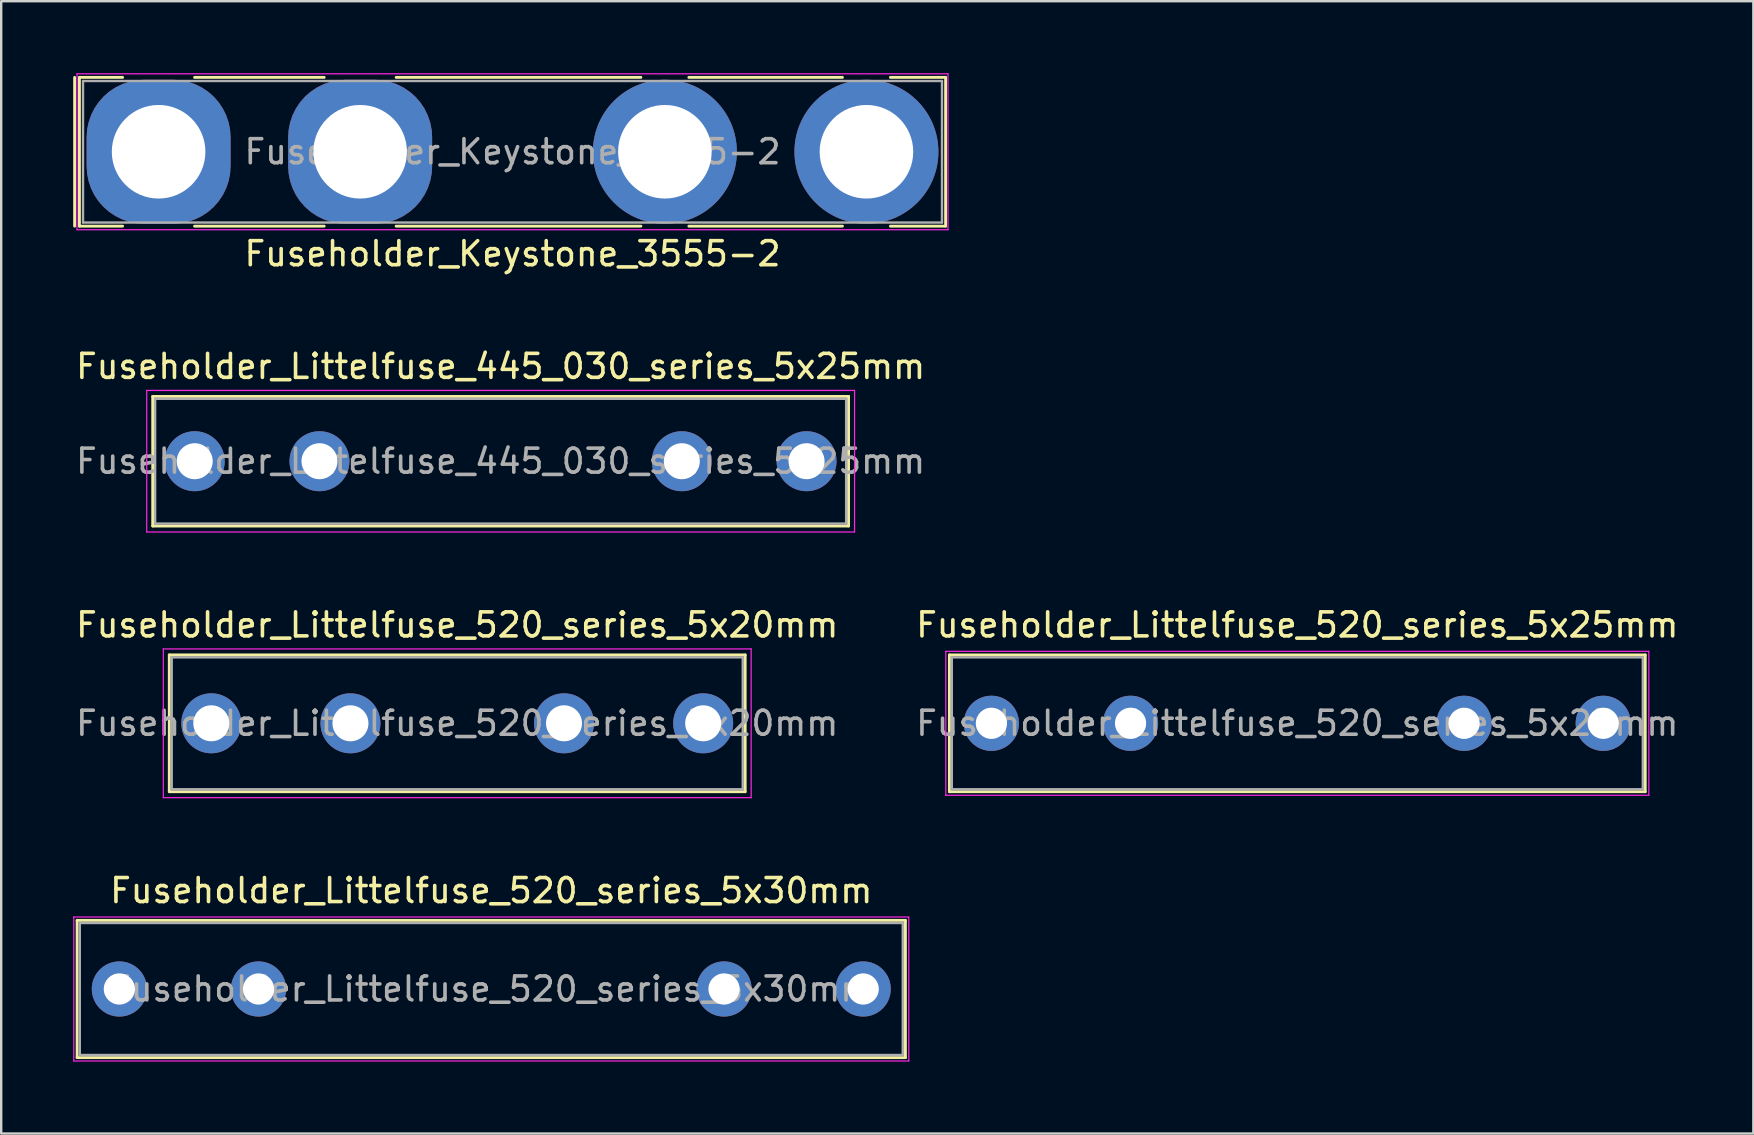
<source format=kicad_pcb>
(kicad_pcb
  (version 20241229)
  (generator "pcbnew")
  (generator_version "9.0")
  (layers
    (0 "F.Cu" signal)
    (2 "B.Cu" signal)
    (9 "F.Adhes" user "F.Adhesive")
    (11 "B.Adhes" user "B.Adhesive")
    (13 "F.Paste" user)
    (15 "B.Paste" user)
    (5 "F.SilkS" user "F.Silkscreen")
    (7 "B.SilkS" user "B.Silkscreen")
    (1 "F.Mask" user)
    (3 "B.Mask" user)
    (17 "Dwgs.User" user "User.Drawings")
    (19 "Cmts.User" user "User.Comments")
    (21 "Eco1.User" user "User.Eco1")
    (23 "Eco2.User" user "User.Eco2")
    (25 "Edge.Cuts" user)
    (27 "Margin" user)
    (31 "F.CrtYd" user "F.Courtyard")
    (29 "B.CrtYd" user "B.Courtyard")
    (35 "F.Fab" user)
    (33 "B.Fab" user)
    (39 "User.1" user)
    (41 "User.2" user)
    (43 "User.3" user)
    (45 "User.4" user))
  (footprint "Fuseholder_Littelfuse_520_series_5x30mm"
    (layer "F.Cu")
    (at 1.925 38.168)
    (property "Reference" "Fuseholder_Littelfuse_520_series_5x30mm" (at 15.5 -4.1 0) (unlocked yes) (layer "F.SilkS") (effects (font (size 1 1) (thickness 0.15))))
    (attr through_hole)
    (fp_line (start -1.76 -2.86) (end 32.76 -2.86) (stroke (width 0.12) (type solid)) (layer "F.SilkS"))
    (fp_line (start -1.76 2.86) (end -1.76 -2.86) (stroke (width 0.12) (type solid)) (layer "F.SilkS"))
    (fp_line (start 32.76 -2.86) (end 32.76 2.86) (stroke (width 0.12) (type solid)) (layer "F.SilkS"))
    (fp_line (start 32.76 2.86) (end -1.76 2.86) (stroke (width 0.12) (type solid)) (layer "F.SilkS"))
    (fp_line (start -1.9 -3) (end 32.9 -3) (stroke (width 0.05) (type solid)) (layer "F.CrtYd"))
    (fp_line (start -1.9 3) (end -1.9 -3) (stroke (width 0.05) (type solid)) (layer "F.CrtYd"))
    (fp_line (start 32.9 -3) (end 32.9 3) (stroke (width 0.05) (type solid)) (layer "F.CrtYd"))
    (fp_line (start 32.9 3) (end -1.9 3) (stroke (width 0.05) (type solid)) (layer "F.CrtYd"))
    (fp_line (start -1.65 -2.75) (end 32.65 -2.75) (stroke (width 0.1) (type solid)) (layer "F.Fab"))
    (fp_line (start -1.65 2.75) (end -1.65 -2.75) (stroke (width 0.1) (type solid)) (layer "F.Fab"))
    (fp_line (start 32.65 -2.75) (end 32.65 2.75) (stroke (width 0.1) (type solid)) (layer "F.Fab"))
    (fp_line (start 32.65 2.75) (end -1.65 2.75) (stroke (width 0.1) (type solid)) (layer "F.Fab"))
    (fp_text user "${REFERENCE}" (at 15.5 0 0) (unlocked yes) (layer "F.Fab") (effects (font (size 1 1) (thickness 0.15))))
    (pad "1" thru_hole circle (at 0 0) (size 2.3 2.3) (drill 1.3) (layers "*.Cu" "*.Mask"))
    (pad "1" thru_hole circle (at 5.8 0) (size 2.3 2.3) (drill 1.3) (layers "*.Cu" "*.Mask"))
    (pad "2" thru_hole circle (at 25.2 0) (size 2.3 2.3) (drill 1.3) (layers "*.Cu" "*.Mask"))
    (pad "2" thru_hole circle (at 31 0) (size 2.3 2.3) (drill 1.3) (layers "*.Cu" "*.Mask")))
  (footprint "Fuseholder_Littelfuse_520_series_5x20mm"
    (layer "F.Cu")
    (at 16.006 27.095)
    (property "Reference" "Fuseholder_Littelfuse_520_series_5x20mm" (at 0 -4.1 0) (unlocked yes) (layer "F.SilkS") (effects (font (size 1 1) (thickness 0.15))))
    (fp_line (start -12 -2.85) (end 12 -2.85) (stroke (width 0.12) (type solid)) (layer "F.SilkS"))
    (fp_line (start -12 2.85) (end -12 -2.85) (stroke (width 0.12) (type solid)) (layer "F.SilkS"))
    (fp_line (start 12 -2.85) (end 12 2.85) (stroke (width 0.12) (type solid)) (layer "F.SilkS"))
    (fp_line (start 12 2.85) (end -12 2.85) (stroke (width 0.12) (type solid)) (layer "F.SilkS"))
    (fp_line (start -12.25 -3.1) (end 12.25 -3.1) (stroke (width 0.05) (type solid)) (layer "F.CrtYd"))
    (fp_line (start -12.25 3.1) (end -12.25 -3.1) (stroke (width 0.05) (type solid)) (layer "F.CrtYd"))
    (fp_line (start 12.25 -3.1) (end 12.25 3.1) (stroke (width 0.05) (type solid)) (layer "F.CrtYd"))
    (fp_line (start 12.25 3.1) (end -12.25 3.1) (stroke (width 0.05) (type solid)) (layer "F.CrtYd"))
    (fp_line (start -11.9 -2.75) (end 11.9 -2.75) (stroke (width 0.1) (type solid)) (layer "F.Fab"))
    (fp_line (start -11.9 2.75) (end -11.9 -2.75) (stroke (width 0.1) (type solid)) (layer "F.Fab"))
    (fp_line (start 11.9 -2.75) (end 11.9 2.75) (stroke (width 0.1) (type solid)) (layer "F.Fab"))
    (fp_line (start 11.9 2.75) (end -11.9 2.75) (stroke (width 0.1) (type solid)) (layer "F.Fab"))
    (fp_text user "${REFERENCE}" (at 0 0 0) (unlocked yes) (layer "F.Fab") (effects (font (size 1 1) (thickness 0.15))))
    (pad "1" thru_hole circle (at -10.25 0) (size 2.5 2.5) (drill 1.5) (layers "*.Cu" "*.Mask"))
    (pad "1" thru_hole circle (at -4.45 0) (size 2.5 2.5) (drill 1.5) (layers "*.Cu" "*.Mask"))
    (pad "2" thru_hole circle (at 4.45 0) (size 2.5 2.5) (drill 1.5) (layers "*.Cu" "*.Mask"))
    (pad "2" thru_hole circle (at 10.25 0) (size 2.5 2.5) (drill 1.5) (layers "*.Cu" "*.Mask")))
  (footprint "Fuseholder_Littelfuse_520_series_5x25mm"
    (layer "F.Cu")
    (at 38.268 27.095)
    (property "Reference" "Fuseholder_Littelfuse_520_series_5x25mm" (at 12.75 -4.1 0) (unlocked yes) (layer "F.SilkS") (effects (font (size 1 1) (thickness 0.15))))
    (attr through_hole)
    (fp_line (start -1.75 -2.85) (end 27.25 -2.85) (stroke (width 0.12) (type solid)) (layer "F.SilkS"))
    (fp_line (start -1.75 2.85) (end -1.75 -2.85) (stroke (width 0.12) (type solid)) (layer "F.SilkS"))
    (fp_line (start 27.25 -2.85) (end 27.25 2.85) (stroke (width 0.12) (type solid)) (layer "F.SilkS"))
    (fp_line (start 27.25 2.85) (end -1.75 2.85) (stroke (width 0.12) (type solid)) (layer "F.SilkS"))
    (fp_line (start -1.9 -3) (end 27.4 -3) (stroke (width 0.05) (type solid)) (layer "F.CrtYd"))
    (fp_line (start -1.9 3) (end -1.9 -3) (stroke (width 0.05) (type solid)) (layer "F.CrtYd"))
    (fp_line (start 27.4 -3) (end 27.4 3) (stroke (width 0.05) (type solid)) (layer "F.CrtYd"))
    (fp_line (start 27.4 3) (end -1.9 3) (stroke (width 0.05) (type solid)) (layer "F.CrtYd"))
    (fp_line (start -1.65 -2.75) (end 27.15 -2.75) (stroke (width 0.1) (type solid)) (layer "F.Fab"))
    (fp_line (start -1.65 2.75) (end -1.65 -2.75) (stroke (width 0.1) (type solid)) (layer "F.Fab"))
    (fp_line (start 27.15 -2.75) (end 27.15 2.75) (stroke (width 0.1) (type solid)) (layer "F.Fab"))
    (fp_line (start 27.15 2.75) (end -1.65 2.75) (stroke (width 0.1) (type solid)) (layer "F.Fab"))
    (fp_text user "${REFERENCE}" (at 12.75 0 0) (unlocked yes) (layer "F.Fab") (effects (font (size 1 1) (thickness 0.15))))
    (pad "1" thru_hole circle (at 0 0) (size 2.3 2.3) (drill 1.3) (layers "*.Cu" "*.Mask"))
    (pad "1" thru_hole circle (at 5.8 0) (size 2.3 2.3) (drill 1.3) (layers "*.Cu" "*.Mask"))
    (pad "2" thru_hole circle (at 19.7 0) (size 2.3 2.3) (drill 1.3) (layers "*.Cu" "*.Mask"))
    (pad "2" thru_hole circle (at 25.5 0) (size 2.3 2.3) (drill 1.3) (layers "*.Cu" "*.Mask")))
  (footprint "Fuseholder_Keystone_3555-2"
    (layer "F.Cu")
    (at 3.56 3.275)
    (property "Reference" "Fuseholder_Keystone_3555-2" (at 14.75 4.25 0) (layer "F.SilkS") (effects (font (size 1 1) (thickness 0.15))))
    (attr through_hole)
    (fp_line (start -3.5 -3.1) (end -3.5 3.1) (stroke (width 0.12) (type solid)) (layer "F.SilkS"))
    (fp_line (start -3.3 -3.1) (end -1.5 -3.1) (stroke (width 0.12) (type solid)) (layer "F.SilkS"))
    (fp_line (start -3.3 3.1) (end -3.3 -3.1) (stroke (width 0.12) (type solid)) (layer "F.SilkS"))
    (fp_line (start -3.3 3.1) (end -1.5 3.1) (stroke (width 0.12) (type solid)) (layer "F.SilkS"))
    (fp_line (start 1.5 -3.1) (end 6.9 -3.1) (stroke (width 0.12) (type solid)) (layer "F.SilkS"))
    (fp_line (start 1.5 3.1) (end 6.9 3.1) (stroke (width 0.12) (type solid)) (layer "F.SilkS"))
    (fp_line (start 9.9 -3.1) (end 20.1 -3.1) (stroke (width 0.12) (type solid)) (layer "F.SilkS"))
    (fp_line (start 9.9 3.1) (end 20.1 3.1) (stroke (width 0.12) (type solid)) (layer "F.SilkS"))
    (fp_line (start 22.1 -3.1) (end 28.5 -3.1) (stroke (width 0.12) (type solid)) (layer "F.SilkS"))
    (fp_line (start 22.1 3.1) (end 28.5 3.1) (stroke (width 0.12) (type solid)) (layer "F.SilkS"))
    (fp_line (start 30.5 -3.1) (end 32.8 -3.1) (stroke (width 0.12) (type solid)) (layer "F.SilkS"))
    (fp_line (start 30.5 3.1) (end 32.8 3.1) (stroke (width 0.12) (type solid)) (layer "F.SilkS"))
    (fp_line (start 32.8 -3.1) (end 32.8 3.1) (stroke (width 0.12) (type solid)) (layer "F.SilkS"))
    (fp_line (start -3.4 -3.25) (end 32.9 -3.25) (stroke (width 0.05) (type solid)) (layer "F.CrtYd"))
    (fp_line (start -3.4 3.25) (end -3.4 -3.25) (stroke (width 0.05) (type solid)) (layer "F.CrtYd"))
    (fp_line (start 32.9 -3.25) (end 32.9 3.25) (stroke (width 0.05) (type solid)) (layer "F.CrtYd"))
    (fp_line (start 32.9 3.25) (end -3.4 3.25) (stroke (width 0.05) (type solid)) (layer "F.CrtYd"))
    (fp_line (start -3.15 -2.95) (end 32.65 -2.95) (stroke (width 0.1) (type solid)) (layer "F.Fab"))
    (fp_line (start -3.15 2.95) (end -3.15 -2.95) (stroke (width 0.1) (type solid)) (layer "F.Fab"))
    (fp_line (start 32.65 -2.95) (end 32.65 2.95) (stroke (width 0.1) (type solid)) (layer "F.Fab"))
    (fp_line (start 32.65 2.95) (end -3.15 2.95) (stroke (width 0.1) (type solid)) (layer "F.Fab"))
    (fp_text user "${REFERENCE}" (at 14.75 0 0) (layer "F.Fab") (effects (font (size 1 1) (thickness 0.15))))
    (pad "1" thru_hole roundrect (at 0 0 90) (size 6 6) (drill 3.9) (layers "*.Cu" "*.Mask") (roundrect_rratio 0.4))
    (pad "1" thru_hole roundrect (at 8.4 0) (size 6 6) (drill 3.9) (layers "*.Cu" "*.Mask") (roundrect_rratio 0.4))
    (pad "2" thru_hole circle (at 21.1 0) (size 6 6) (drill 3.9) (layers "*.Cu" "*.Mask"))
    (pad "2" thru_hole circle (at 29.5 0) (size 6 6) (drill 3.9) (layers "*.Cu" "*.Mask")))
  (footprint "Fuseholder_Littelfuse_445_030_series_5x25mm"
    (layer "F.Cu")
    (at 5.065 16.172)
    (property "Reference" "Fuseholder_Littelfuse_445_030_series_5x25mm" (at 12.75 -3.95 0) (unlocked yes) (layer "F.SilkS") (effects (font (size 1 1) (thickness 0.15))))
    (fp_line (start -1.75 -2.7) (end 27.25 -2.7) (stroke (width 0.12) (type solid)) (layer "F.SilkS"))
    (fp_line (start -1.75 2.7) (end -1.75 -2.7) (stroke (width 0.12) (type solid)) (layer "F.SilkS"))
    (fp_line (start 27.25 -2.7) (end 27.25 2.7) (stroke (width 0.12) (type solid)) (layer "F.SilkS"))
    (fp_line (start 27.25 2.7) (end -1.75 2.7) (stroke (width 0.12) (type solid)) (layer "F.SilkS"))
    (fp_line (start -2 -2.95) (end 27.5 -2.95) (stroke (width 0.05) (type solid)) (layer "F.CrtYd"))
    (fp_line (start -2 2.95) (end -2 -2.95) (stroke (width 0.05) (type solid)) (layer "F.CrtYd"))
    (fp_line (start 27.5 -2.95) (end 27.5 2.95) (stroke (width 0.05) (type solid)) (layer "F.CrtYd"))
    (fp_line (start 27.5 2.95) (end -2 2.95) (stroke (width 0.05) (type solid)) (layer "F.CrtYd"))
    (fp_line (start -1.65 -2.6) (end 27.15 -2.6) (stroke (width 0.1) (type solid)) (layer "F.Fab"))
    (fp_line (start -1.65 2.6) (end -1.65 -2.6) (stroke (width 0.1) (type solid)) (layer "F.Fab"))
    (fp_line (start 27.15 -2.6) (end 27.15 2.6) (stroke (width 0.1) (type solid)) (layer "F.Fab"))
    (fp_line (start 27.15 2.6) (end -1.65 2.6) (stroke (width 0.1) (type solid)) (layer "F.Fab"))
    (fp_text user "${REFERENCE}" (at 12.75 0 0) (unlocked yes) (layer "F.Fab") (effects (font (size 1 1) (thickness 0.15))))
    (pad "1" thru_hole circle (at 0 0) (size 2.5 2.5) (drill 1.5) (layers "*.Cu" "*.Mask"))
    (pad "1" thru_hole circle (at 5.2 0) (size 2.5 2.5) (drill 1.5) (layers "*.Cu" "*.Mask"))
    (pad "2" thru_hole circle (at 20.3 0) (size 2.5 2.5) (drill 1.5) (layers "*.Cu" "*.Mask"))
    (pad "2" thru_hole circle (at 25.5 0) (size 2.5 2.5) (drill 1.5) (layers "*.Cu" "*.Mask")))
  (gr_rect
    (start -3 -3)
    (end 70.024 44.193)
    (stroke (width 0.1) (type default))
    (fill no)
    (layer "Edge.Cuts")))
</source>
